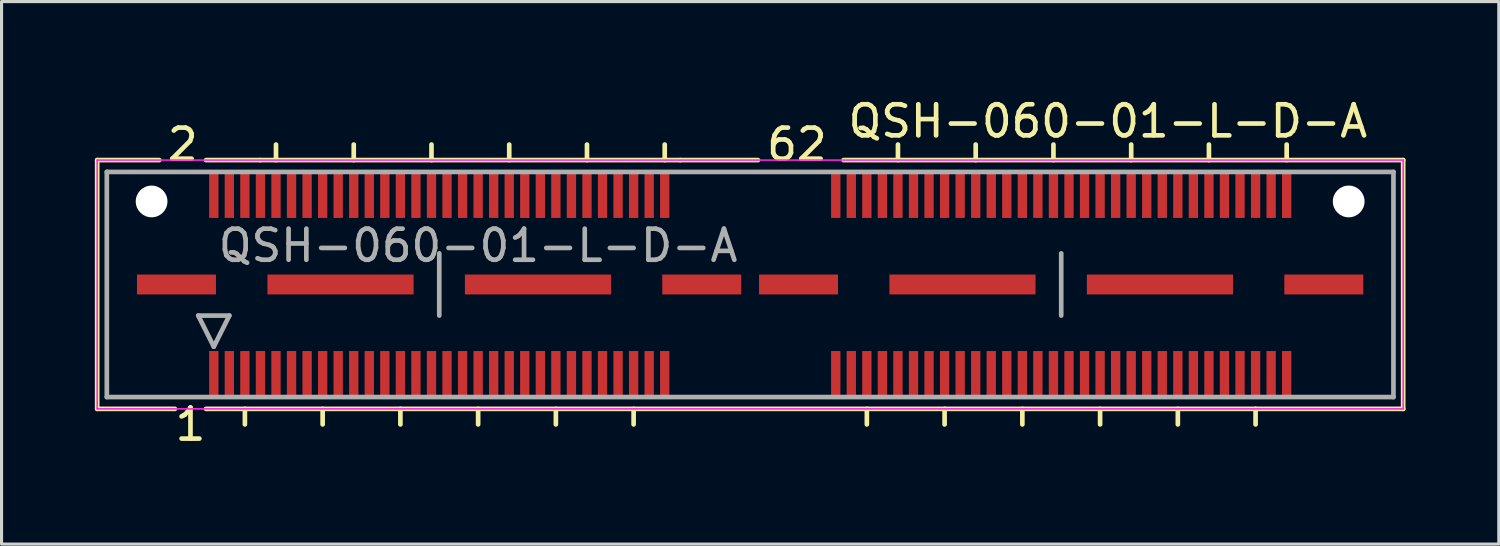
<source format=kicad_pcb>
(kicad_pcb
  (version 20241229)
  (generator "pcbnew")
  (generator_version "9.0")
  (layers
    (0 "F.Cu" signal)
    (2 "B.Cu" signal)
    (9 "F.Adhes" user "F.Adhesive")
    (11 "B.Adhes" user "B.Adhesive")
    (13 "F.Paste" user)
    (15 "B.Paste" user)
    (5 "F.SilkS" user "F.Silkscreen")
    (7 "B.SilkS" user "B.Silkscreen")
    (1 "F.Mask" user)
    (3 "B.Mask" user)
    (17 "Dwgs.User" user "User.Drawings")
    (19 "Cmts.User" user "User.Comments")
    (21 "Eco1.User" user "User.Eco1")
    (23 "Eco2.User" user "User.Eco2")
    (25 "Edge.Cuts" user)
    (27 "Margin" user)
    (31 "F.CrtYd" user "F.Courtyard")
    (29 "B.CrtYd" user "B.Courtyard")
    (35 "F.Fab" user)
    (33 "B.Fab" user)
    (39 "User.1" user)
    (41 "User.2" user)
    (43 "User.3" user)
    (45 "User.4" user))
  (footprint "QSH-060-01-L-D-A"
    (layer "F.Cu")
    (at 21.072 6.098)
    (property "Reference" "QSH-060-01-L-D-A" (at 11.503 -5.25 0) (layer "F.SilkS") (effects (font (size 1 1) (thickness 0.15))))
    (attr smd)
    (fp_line (start -20.997 -4) (end -20.997 4) (stroke (width 0.15) (type solid)) (layer "F.SilkS"))
    (fp_line (start -20.997 4) (end -18.497 4) (stroke (width 0.15) (type solid)) (layer "F.SilkS"))
    (fp_line (start -18.997 -4) (end -20.997 -4) (stroke (width 0.15) (type solid)) (layer "F.SilkS"))
    (fp_line (start -17.497 -4) (end -15.747 -4) (stroke (width 0.15) (type solid)) (layer "F.SilkS"))
    (fp_line (start -17.497 4) (end 20.999 4) (stroke (width 0.15) (type solid)) (layer "F.SilkS"))
    (fp_line (start -16.247 4) (end -16.247 4.5) (stroke (width 0.15) (type solid)) (layer "F.SilkS"))
    (fp_line (start -15.747 -4) (end -2.247 -4) (stroke (width 0.15) (type solid)) (layer "F.SilkS"))
    (fp_line (start -15.247 -4) (end -15.247 -4.5) (stroke (width 0.15) (type solid)) (layer "F.SilkS"))
    (fp_line (start -13.747 4) (end -13.747 4.5) (stroke (width 0.15) (type solid)) (layer "F.SilkS"))
    (fp_line (start -12.747 -4) (end -12.747 -4.5) (stroke (width 0.15) (type solid)) (layer "F.SilkS"))
    (fp_line (start -11.247 4) (end -11.247 4.5) (stroke (width 0.15) (type solid)) (layer "F.SilkS"))
    (fp_line (start -10.247 -4) (end -10.247 -4.5) (stroke (width 0.15) (type solid)) (layer "F.SilkS"))
    (fp_line (start -8.747 4) (end -8.747 4.5) (stroke (width 0.15) (type solid)) (layer "F.SilkS"))
    (fp_line (start -7.747 -4) (end -7.747 -4.5) (stroke (width 0.15) (type solid)) (layer "F.SilkS"))
    (fp_line (start -6.247 4) (end -6.247 4.5) (stroke (width 0.15) (type solid)) (layer "F.SilkS"))
    (fp_line (start -5.247 -4) (end -5.247 -4.5) (stroke (width 0.15) (type solid)) (layer "F.SilkS"))
    (fp_line (start -3.747 4) (end -3.747 4.5) (stroke (width 0.15) (type solid)) (layer "F.SilkS"))
    (fp_line (start -2.747 -4) (end -2.747 -4.5) (stroke (width 0.15) (type solid)) (layer "F.SilkS"))
    (fp_line (start -2.247 -4) (end 0.253 -4) (stroke (width 0.15) (type solid)) (layer "F.SilkS"))
    (fp_line (start 3.003 -4) (end 20.999 -4) (stroke (width 0.15) (type solid)) (layer "F.SilkS"))
    (fp_line (start 3.753 4) (end 3.753 4.5) (stroke (width 0.15) (type solid)) (layer "F.SilkS"))
    (fp_line (start 4.753 -4) (end 4.753 -4.5) (stroke (width 0.15) (type solid)) (layer "F.SilkS"))
    (fp_line (start 6.253 4) (end 6.253 4.5) (stroke (width 0.15) (type solid)) (layer "F.SilkS"))
    (fp_line (start 7.253 -4) (end 7.253 -4.5) (stroke (width 0.15) (type solid)) (layer "F.SilkS"))
    (fp_line (start 8.753 4) (end 8.753 4.5) (stroke (width 0.15) (type solid)) (layer "F.SilkS"))
    (fp_line (start 9.753 -4) (end 9.753 -4.5) (stroke (width 0.15) (type solid)) (layer "F.SilkS"))
    (fp_line (start 11.253 4) (end 11.253 4.5) (stroke (width 0.15) (type solid)) (layer "F.SilkS"))
    (fp_line (start 12.253 -4) (end 12.253 -4.5) (stroke (width 0.15) (type solid)) (layer "F.SilkS"))
    (fp_line (start 13.753 4) (end 13.753 4.5) (stroke (width 0.15) (type solid)) (layer "F.SilkS"))
    (fp_line (start 14.753 -4) (end 14.753 -4.5) (stroke (width 0.15) (type solid)) (layer "F.SilkS"))
    (fp_line (start 16.253 4.5) (end 16.253 4) (stroke (width 0.15) (type solid)) (layer "F.SilkS"))
    (fp_line (start 17.253 -4) (end 17.253 -4.5) (stroke (width 0.15) (type solid)) (layer "F.SilkS"))
    (fp_line (start 20.999 4) (end 20.999 -4) (stroke (width 0.15) (type solid)) (layer "F.SilkS"))
    (fp_line (start -20.997 -4) (end -20.997 4) (stroke (width 0.05) (type solid)) (layer "F.CrtYd"))
    (fp_line (start -20.997 -4) (end 20.999 -4) (stroke (width 0.05) (type solid)) (layer "F.CrtYd"))
    (fp_line (start 20.999 -4) (end 20.999 4) (stroke (width 0.05) (type solid)) (layer "F.CrtYd"))
    (fp_line (start 20.999 4) (end -20.997 4) (stroke (width 0.05) (type solid)) (layer "F.CrtYd"))
    (fp_line (start -20.687 -3.62) (end -20.687 3.62) (stroke (width 0.15) (type solid)) (layer "F.Fab"))
    (fp_line (start -20.687 3.62) (end 20.687 3.62) (stroke (width 0.15) (type solid)) (layer "F.Fab"))
    (fp_line (start -17.747 1) (end -16.747 1) (stroke (width 0.15) (type solid)) (layer "F.Fab"))
    (fp_line (start -17.247 2) (end -17.747 1) (stroke (width 0.15) (type solid)) (layer "F.Fab"))
    (fp_line (start -16.747 1) (end -17.247 2) (stroke (width 0.15) (type solid)) (layer "F.Fab"))
    (fp_line (start -9.997 -1) (end -9.997 1) (stroke (width 0.15) (type solid)) (layer "F.Fab"))
    (fp_line (start 10.003 -1) (end 10.003 1) (stroke (width 0.15) (type solid)) (layer "F.Fab"))
    (fp_line (start 20.687 -3.62) (end -20.687 -3.62) (stroke (width 0.15) (type solid)) (layer "F.Fab"))
    (fp_line (start 20.687 3.62) (end 20.687 -3.62) (stroke (width 0.15) (type solid)) (layer "F.Fab"))
    (fp_text user "1" (at -17.997 4.5 0) (layer "F.SilkS") (effects (font (size 1 1) (thickness 0.15))))
    (fp_text user "2" (at -18.247 -4.5 0) (layer "F.SilkS") (effects (font (size 1 1) (thickness 0.15))))
    (fp_text user "62" (at 1.503 -4.5 0) (layer "F.SilkS") (effects (font (size 1 1) (thickness 0.15))))
    (fp_text user "${REFERENCE}" (at -8.747 -1.25 0) (layer "F.Fab") (effects (font (size 1 1) (thickness 0.15))))
    (pad "" np_thru_hole circle (at -19.247 -2.67) (size 1.02 1.02) (drill 1.02) (layers "*.Cu" "*.Mask"))
    (pad "" np_thru_hole circle (at 19.247 -2.67) (size 1.02 1.02) (drill 1.02) (layers "*.Cu" "*.Mask"))
    (pad "1" smd rect (at -17.247 2.865) (size 0.3 1.45) (layers "F.Cu" "F.Mask" "F.Paste"))
    (pad "2" smd rect (at -17.247 -2.865) (size 0.3 1.45) (layers "F.Cu" "F.Mask" "F.Paste"))
    (pad "3" smd rect (at -16.747 2.865) (size 0.3 1.45) (layers "F.Cu" "F.Mask" "F.Paste"))
    (pad "4" smd rect (at -16.747 -2.865) (size 0.3 1.45) (layers "F.Cu" "F.Mask" "F.Paste"))
    (pad "5" smd rect (at -16.247 2.865) (size 0.3 1.45) (layers "F.Cu" "F.Mask" "F.Paste"))
    (pad "6" smd rect (at -16.247 -2.865) (size 0.3 1.45) (layers "F.Cu" "F.Mask" "F.Paste"))
    (pad "7" smd rect (at -15.747 2.865) (size 0.3 1.45) (layers "F.Cu" "F.Mask" "F.Paste"))
    (pad "8" smd rect (at -15.747 -2.865) (size 0.3 1.45) (layers "F.Cu" "F.Mask" "F.Paste"))
    (pad "9" smd rect (at -15.247 2.865) (size 0.3 1.45) (layers "F.Cu" "F.Mask" "F.Paste"))
    (pad "10" smd rect (at -15.247 -2.865) (size 0.3 1.45) (layers "F.Cu" "F.Mask" "F.Paste"))
    (pad "11" smd rect (at -14.747 2.865) (size 0.3 1.45) (layers "F.Cu" "F.Mask" "F.Paste"))
    (pad "12" smd rect (at -14.747 -2.865) (size 0.3 1.45) (layers "F.Cu" "F.Mask" "F.Paste"))
    (pad "13" smd rect (at -14.247 2.865) (size 0.3 1.45) (layers "F.Cu" "F.Mask" "F.Paste"))
    (pad "14" smd rect (at -14.247 -2.865) (size 0.3 1.45) (layers "F.Cu" "F.Mask" "F.Paste"))
    (pad "15" smd rect (at -13.747 2.865) (size 0.3 1.45) (layers "F.Cu" "F.Mask" "F.Paste"))
    (pad "16" smd rect (at -13.747 -2.865) (size 0.3 1.45) (layers "F.Cu" "F.Mask" "F.Paste"))
    (pad "17" smd rect (at -13.247 2.865) (size 0.3 1.45) (layers "F.Cu" "F.Mask" "F.Paste"))
    (pad "18" smd rect (at -13.247 -2.865) (size 0.3 1.45) (layers "F.Cu" "F.Mask" "F.Paste"))
    (pad "19" smd rect (at -12.747 2.865) (size 0.3 1.45) (layers "F.Cu" "F.Mask" "F.Paste"))
    (pad "20" smd rect (at -12.747 -2.865) (size 0.3 1.45) (layers "F.Cu" "F.Mask" "F.Paste"))
    (pad "21" smd rect (at -12.247 2.865) (size 0.3 1.45) (layers "F.Cu" "F.Mask" "F.Paste"))
    (pad "22" smd rect (at -12.247 -2.865) (size 0.3 1.45) (layers "F.Cu" "F.Mask" "F.Paste"))
    (pad "23" smd rect (at -11.747 2.865) (size 0.3 1.45) (layers "F.Cu" "F.Mask" "F.Paste"))
    (pad "24" smd rect (at -11.747 -2.865) (size 0.3 1.45) (layers "F.Cu" "F.Mask" "F.Paste"))
    (pad "25" smd rect (at -11.247 2.865) (size 0.3 1.45) (layers "F.Cu" "F.Mask" "F.Paste"))
    (pad "26" smd rect (at -11.247 -2.865) (size 0.3 1.45) (layers "F.Cu" "F.Mask" "F.Paste"))
    (pad "27" smd rect (at -10.747 2.865) (size 0.3 1.45) (layers "F.Cu" "F.Mask" "F.Paste"))
    (pad "28" smd rect (at -10.747 -2.865) (size 0.3 1.45) (layers "F.Cu" "F.Mask" "F.Paste"))
    (pad "29" smd rect (at -10.247 2.865) (size 0.3 1.45) (layers "F.Cu" "F.Mask" "F.Paste"))
    (pad "30" smd rect (at -10.247 -2.865) (size 0.3 1.45) (layers "F.Cu" "F.Mask" "F.Paste"))
    (pad "31" smd rect (at -9.747 2.865) (size 0.3 1.45) (layers "F.Cu" "F.Mask" "F.Paste"))
    (pad "32" smd rect (at -9.747 -2.865) (size 0.3 1.45) (layers "F.Cu" "F.Mask" "F.Paste"))
    (pad "33" smd rect (at -9.247 2.865) (size 0.3 1.45) (layers "F.Cu" "F.Mask" "F.Paste"))
    (pad "34" smd rect (at -9.247 -2.865) (size 0.3 1.45) (layers "F.Cu" "F.Mask" "F.Paste"))
    (pad "35" smd rect (at -8.747 2.865) (size 0.3 1.45) (layers "F.Cu" "F.Mask" "F.Paste"))
    (pad "36" smd rect (at -8.747 -2.865) (size 0.3 1.45) (layers "F.Cu" "F.Mask" "F.Paste"))
    (pad "37" smd rect (at -8.247 2.865) (size 0.3 1.45) (layers "F.Cu" "F.Mask" "F.Paste"))
    (pad "38" smd rect (at -8.247 -2.865) (size 0.3 1.45) (layers "F.Cu" "F.Mask" "F.Paste"))
    (pad "39" smd rect (at -7.747 2.865) (size 0.3 1.45) (layers "F.Cu" "F.Mask" "F.Paste"))
    (pad "40" smd rect (at -7.747 -2.865) (size 0.3 1.45) (layers "F.Cu" "F.Mask" "F.Paste"))
    (pad "41" smd rect (at -7.247 2.865) (size 0.3 1.45) (layers "F.Cu" "F.Mask" "F.Paste"))
    (pad "42" smd rect (at -7.247 -2.865) (size 0.3 1.45) (layers "F.Cu" "F.Mask" "F.Paste"))
    (pad "43" smd rect (at -6.747 2.865) (size 0.3 1.45) (layers "F.Cu" "F.Mask" "F.Paste"))
    (pad "44" smd rect (at -6.747 -2.865) (size 0.3 1.45) (layers "F.Cu" "F.Mask" "F.Paste"))
    (pad "45" smd rect (at -6.247 2.865) (size 0.3 1.45) (layers "F.Cu" "F.Mask" "F.Paste"))
    (pad "46" smd rect (at -6.247 -2.865) (size 0.3 1.45) (layers "F.Cu" "F.Mask" "F.Paste"))
    (pad "47" smd rect (at -5.747 2.865) (size 0.3 1.45) (layers "F.Cu" "F.Mask" "F.Paste"))
    (pad "48" smd rect (at -5.747 -2.865) (size 0.3 1.45) (layers "F.Cu" "F.Mask" "F.Paste"))
    (pad "49" smd rect (at -5.247 2.865) (size 0.3 1.45) (layers "F.Cu" "F.Mask" "F.Paste"))
    (pad "50" smd rect (at -5.247 -2.865) (size 0.3 1.45) (layers "F.Cu" "F.Mask" "F.Paste"))
    (pad "51" smd rect (at -4.747 2.865) (size 0.3 1.45) (layers "F.Cu" "F.Mask" "F.Paste"))
    (pad "52" smd rect (at -4.747 -2.865) (size 0.3 1.45) (layers "F.Cu" "F.Mask" "F.Paste"))
    (pad "53" smd rect (at -4.247 2.865) (size 0.3 1.45) (layers "F.Cu" "F.Mask" "F.Paste"))
    (pad "54" smd rect (at -4.247 -2.865) (size 0.3 1.45) (layers "F.Cu" "F.Mask" "F.Paste"))
    (pad "55" smd rect (at -3.747 2.865) (size 0.3 1.45) (layers "F.Cu" "F.Mask" "F.Paste"))
    (pad "56" smd rect (at -3.747 -2.865) (size 0.3 1.45) (layers "F.Cu" "F.Mask" "F.Paste"))
    (pad "57" smd rect (at -3.247 2.865) (size 0.3 1.45) (layers "F.Cu" "F.Mask" "F.Paste"))
    (pad "58" smd rect (at -3.247 -2.865) (size 0.3 1.45) (layers "F.Cu" "F.Mask" "F.Paste"))
    (pad "59" smd rect (at -2.747 2.865) (size 0.3 1.45) (layers "F.Cu" "F.Mask" "F.Paste"))
    (pad "60" smd rect (at -2.747 -2.865) (size 0.3 1.45) (layers "F.Cu" "F.Mask" "F.Paste"))
    (pad "61" smd rect (at 2.753 2.865) (size 0.3 1.45) (layers "F.Cu" "F.Mask" "F.Paste"))
    (pad "62" smd rect (at 2.753 -2.865) (size 0.3 1.45) (layers "F.Cu" "F.Mask" "F.Paste"))
    (pad "63" smd rect (at 3.253 2.865) (size 0.3 1.45) (layers "F.Cu" "F.Mask" "F.Paste"))
    (pad "64" smd rect (at 3.253 -2.865) (size 0.3 1.45) (layers "F.Cu" "F.Mask" "F.Paste"))
    (pad "65" smd rect (at 3.753 2.865) (size 0.3 1.45) (layers "F.Cu" "F.Mask" "F.Paste"))
    (pad "66" smd rect (at 3.753 -2.865) (size 0.3 1.45) (layers "F.Cu" "F.Mask" "F.Paste"))
    (pad "67" smd rect (at 4.253 2.865) (size 0.3 1.45) (layers "F.Cu" "F.Mask" "F.Paste"))
    (pad "68" smd rect (at 4.253 -2.865) (size 0.3 1.45) (layers "F.Cu" "F.Mask" "F.Paste"))
    (pad "69" smd rect (at 4.753 2.865) (size 0.3 1.45) (layers "F.Cu" "F.Mask" "F.Paste"))
    (pad "70" smd rect (at 4.753 -2.865) (size 0.3 1.45) (layers "F.Cu" "F.Mask" "F.Paste"))
    (pad "71" smd rect (at 5.253 2.865) (size 0.3 1.45) (layers "F.Cu" "F.Mask" "F.Paste"))
    (pad "72" smd rect (at 5.253 -2.865) (size 0.3 1.45) (layers "F.Cu" "F.Mask" "F.Paste"))
    (pad "73" smd rect (at 5.753 2.865) (size 0.3 1.45) (layers "F.Cu" "F.Mask" "F.Paste"))
    (pad "74" smd rect (at 5.753 -2.865) (size 0.3 1.45) (layers "F.Cu" "F.Mask" "F.Paste"))
    (pad "75" smd rect (at 6.253 2.865) (size 0.3 1.45) (layers "F.Cu" "F.Mask" "F.Paste"))
    (pad "76" smd rect (at 6.253 -2.865) (size 0.3 1.45) (layers "F.Cu" "F.Mask" "F.Paste"))
    (pad "77" smd rect (at 6.753 2.865) (size 0.3 1.45) (layers "F.Cu" "F.Mask" "F.Paste"))
    (pad "78" smd rect (at 6.753 -2.865) (size 0.3 1.45) (layers "F.Cu" "F.Mask" "F.Paste"))
    (pad "79" smd rect (at 7.253 2.865) (size 0.3 1.45) (layers "F.Cu" "F.Mask" "F.Paste"))
    (pad "80" smd rect (at 7.253 -2.865) (size 0.3 1.45) (layers "F.Cu" "F.Mask" "F.Paste"))
    (pad "81" smd rect (at 7.753 2.865) (size 0.3 1.45) (layers "F.Cu" "F.Mask" "F.Paste"))
    (pad "82" smd rect (at 7.753 -2.865) (size 0.3 1.45) (layers "F.Cu" "F.Mask" "F.Paste"))
    (pad "83" smd rect (at 8.253 2.865) (size 0.3 1.45) (layers "F.Cu" "F.Mask" "F.Paste"))
    (pad "84" smd rect (at 8.253 -2.865) (size 0.3 1.45) (layers "F.Cu" "F.Mask" "F.Paste"))
    (pad "85" smd rect (at 8.753 2.865) (size 0.3 1.45) (layers "F.Cu" "F.Mask" "F.Paste"))
    (pad "86" smd rect (at 8.753 -2.865) (size 0.3 1.45) (layers "F.Cu" "F.Mask" "F.Paste"))
    (pad "87" smd rect (at 9.253 2.865) (size 0.3 1.45) (layers "F.Cu" "F.Mask" "F.Paste"))
    (pad "88" smd rect (at 9.253 -2.865) (size 0.3 1.45) (layers "F.Cu" "F.Mask" "F.Paste"))
    (pad "89" smd rect (at 9.753 2.865) (size 0.3 1.45) (layers "F.Cu" "F.Mask" "F.Paste"))
    (pad "90" smd rect (at 9.753 -2.865) (size 0.3 1.45) (layers "F.Cu" "F.Mask" "F.Paste"))
    (pad "91" smd rect (at 10.253 2.865) (size 0.3 1.45) (layers "F.Cu" "F.Mask" "F.Paste"))
    (pad "92" smd rect (at 10.253 -2.865) (size 0.3 1.45) (layers "F.Cu" "F.Mask" "F.Paste"))
    (pad "93" smd rect (at 10.753 2.865) (size 0.3 1.45) (layers "F.Cu" "F.Mask" "F.Paste"))
    (pad "94" smd rect (at 10.753 -2.865) (size 0.3 1.45) (layers "F.Cu" "F.Mask" "F.Paste"))
    (pad "95" smd rect (at 11.253 2.865) (size 0.3 1.45) (layers "F.Cu" "F.Mask" "F.Paste"))
    (pad "96" smd rect (at 11.253 -2.865) (size 0.3 1.45) (layers "F.Cu" "F.Mask" "F.Paste"))
    (pad "97" smd rect (at 11.753 2.865) (size 0.3 1.45) (layers "F.Cu" "F.Mask" "F.Paste"))
    (pad "98" smd rect (at 11.753 -2.865) (size 0.3 1.45) (layers "F.Cu" "F.Mask" "F.Paste"))
    (pad "99" smd rect (at 12.253 2.865) (size 0.3 1.45) (layers "F.Cu" "F.Mask" "F.Paste"))
    (pad "100" smd rect (at 12.253 -2.865) (size 0.3 1.45) (layers "F.Cu" "F.Mask" "F.Paste"))
    (pad "101" smd rect (at 12.753 2.865) (size 0.3 1.45) (layers "F.Cu" "F.Mask" "F.Paste"))
    (pad "102" smd rect (at 12.753 -2.865) (size 0.3 1.45) (layers "F.Cu" "F.Mask" "F.Paste"))
    (pad "103" smd rect (at 13.253 2.865) (size 0.3 1.45) (layers "F.Cu" "F.Mask" "F.Paste"))
    (pad "104" smd rect (at 13.253 -2.865) (size 0.3 1.45) (layers "F.Cu" "F.Mask" "F.Paste"))
    (pad "105" smd rect (at 13.753 2.865) (size 0.3 1.45) (layers "F.Cu" "F.Mask" "F.Paste"))
    (pad "106" smd rect (at 13.753 -2.865) (size 0.3 1.45) (layers "F.Cu" "F.Mask" "F.Paste"))
    (pad "107" smd rect (at 14.253 2.865) (size 0.3 1.45) (layers "F.Cu" "F.Mask" "F.Paste"))
    (pad "108" smd rect (at 14.253 -2.865) (size 0.3 1.45) (layers "F.Cu" "F.Mask" "F.Paste"))
    (pad "109" smd rect (at 14.753 2.865) (size 0.3 1.45) (layers "F.Cu" "F.Mask" "F.Paste"))
    (pad "110" smd rect (at 14.753 -2.865) (size 0.3 1.45) (layers "F.Cu" "F.Mask" "F.Paste"))
    (pad "111" smd rect (at 15.253 2.865) (size 0.3 1.45) (layers "F.Cu" "F.Mask" "F.Paste"))
    (pad "112" smd rect (at 15.253 -2.865) (size 0.3 1.45) (layers "F.Cu" "F.Mask" "F.Paste"))
    (pad "113" smd rect (at 15.753 2.865) (size 0.3 1.45) (layers "F.Cu" "F.Mask" "F.Paste"))
    (pad "114" smd rect (at 15.753 -2.865) (size 0.3 1.45) (layers "F.Cu" "F.Mask" "F.Paste"))
    (pad "115" smd rect (at 16.253 2.865) (size 0.3 1.45) (layers "F.Cu" "F.Mask" "F.Paste"))
    (pad "116" smd rect (at 16.253 -2.865) (size 0.3 1.45) (layers "F.Cu" "F.Mask" "F.Paste"))
    (pad "117" smd rect (at 16.753 2.865) (size 0.3 1.45) (layers "F.Cu" "F.Mask" "F.Paste"))
    (pad "118" smd rect (at 16.753 -2.865) (size 0.3 1.45) (layers "F.Cu" "F.Mask" "F.Paste"))
    (pad "119" smd rect (at 17.253 2.865) (size 0.3 1.45) (layers "F.Cu" "F.Mask" "F.Paste"))
    (pad "120" smd rect (at 17.253 -2.865) (size 0.3 1.45) (layers "F.Cu" "F.Mask" "F.Paste"))
    (pad "121" smd rect (at -18.447 0) (size 2.54 0.64) (layers "F.Cu" "F.Mask" "F.Paste"))
    (pad "122" smd rect (at -13.172 0) (size 4.7 0.64) (layers "F.Cu" "F.Mask" "F.Paste"))
    (pad "123" smd rect (at -6.822 0) (size 4.7 0.64) (layers "F.Cu" "F.Mask" "F.Paste"))
    (pad "124" smd rect (at -1.556 0) (size 2.54 0.64) (layers "F.Cu" "F.Mask" "F.Paste"))
    (pad "125" smd rect (at 1.556 0) (size 2.54 0.64) (layers "F.Cu" "F.Mask" "F.Paste"))
    (pad "126" smd rect (at 6.828 0) (size 4.7 0.64) (layers "F.Cu" "F.Mask" "F.Paste"))
    (pad "127" smd rect (at 13.178 0) (size 4.7 0.64) (layers "F.Cu" "F.Mask" "F.Paste"))
    (pad "128" smd rect (at 18.447 0) (size 2.54 0.64) (layers "F.Cu" "F.Mask" "F.Paste")))
  (gr_rect
    (start -3 -3)
    (end 45.146 14.447)
    (stroke (width 0.1) (type default))
    (fill no)
    (layer "Edge.Cuts")))
</source>
